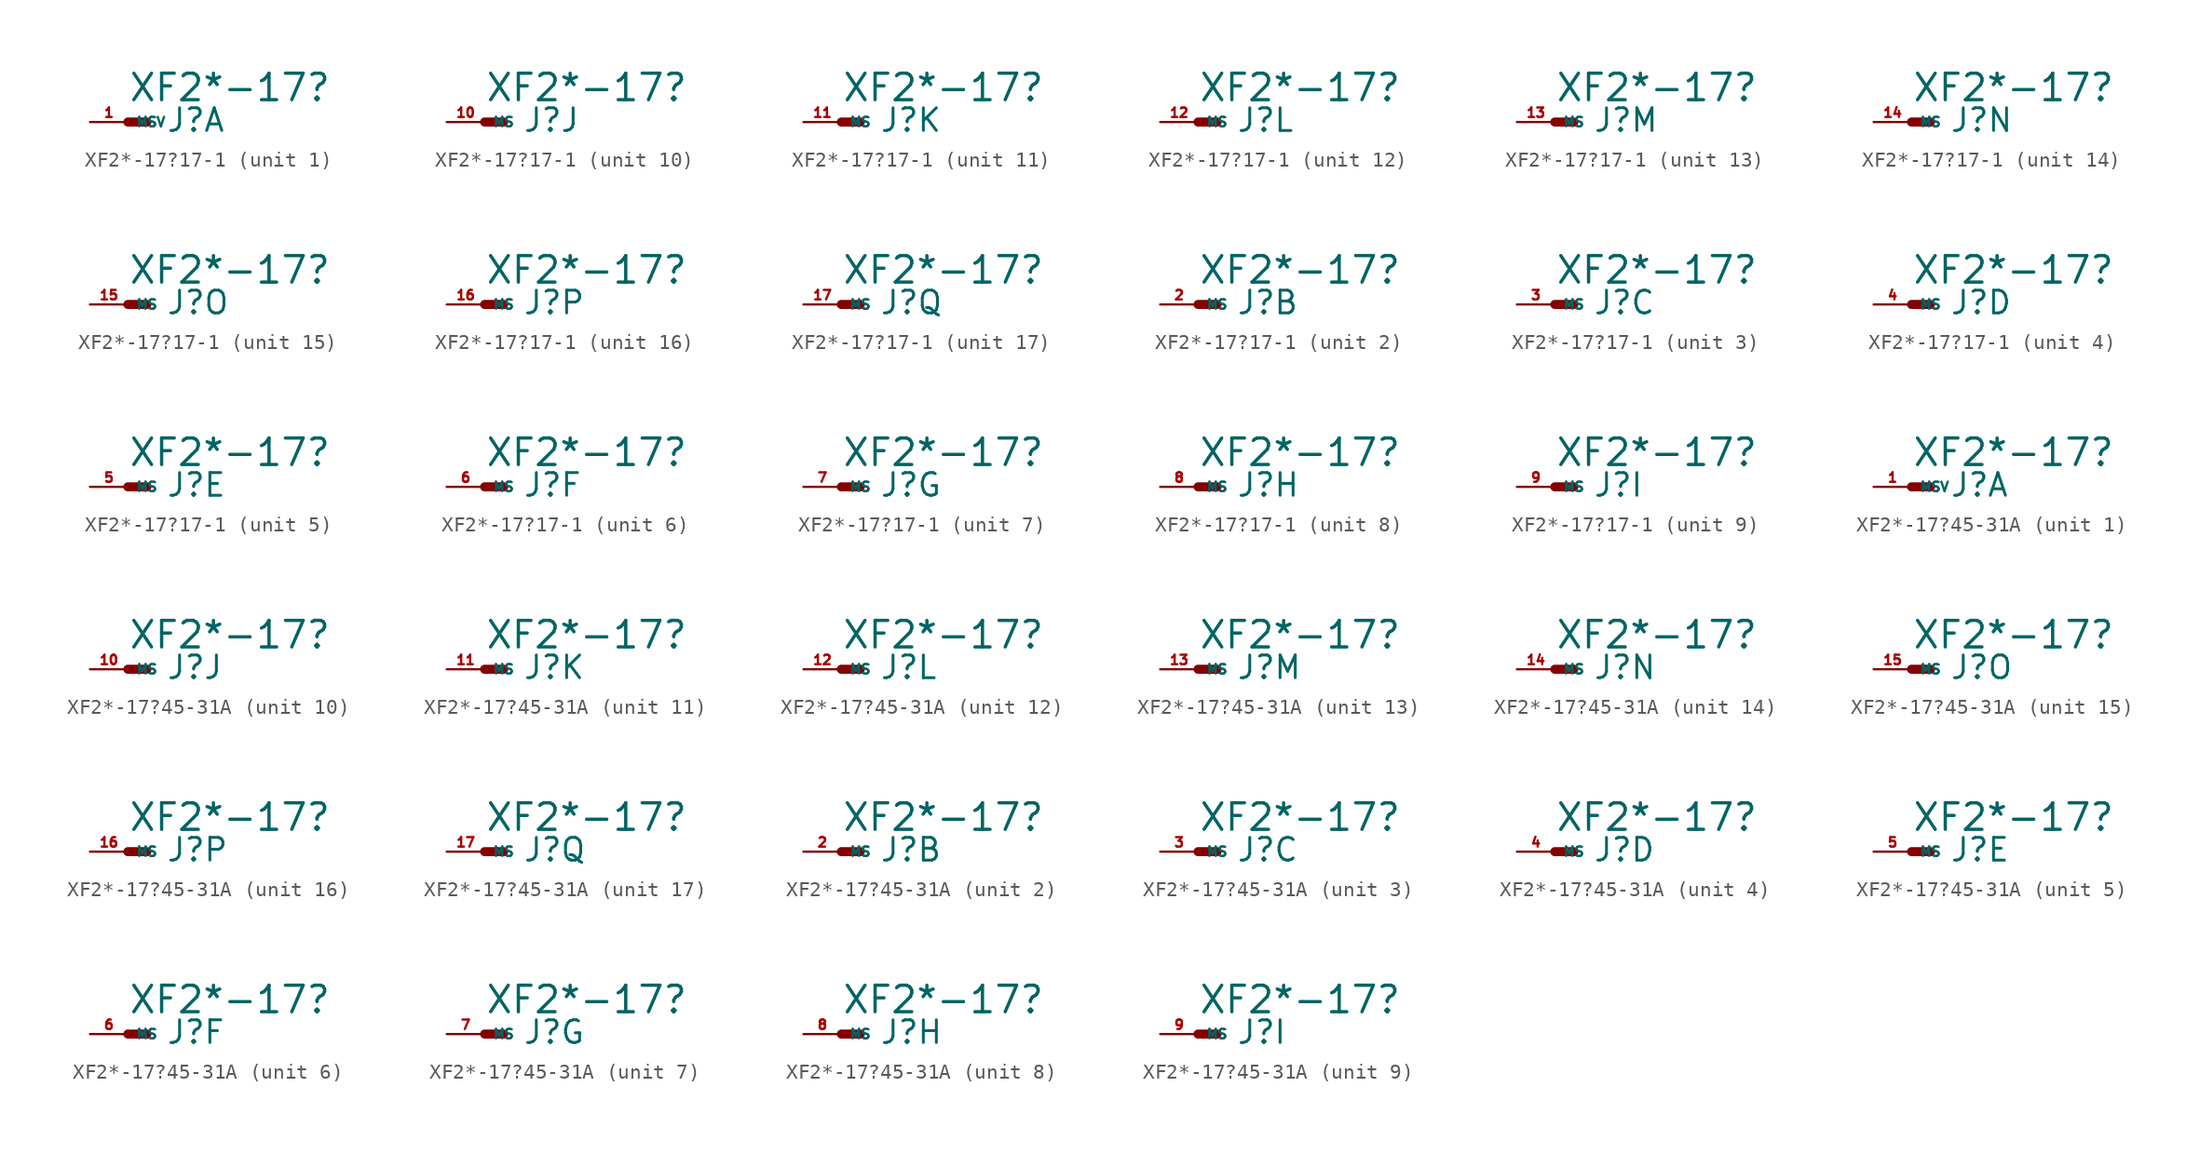
<source format=kicad_sym>
(kicad_symbol_lib
  (version 20220914)
  (generator Eagle2Kicad)
  (symbol "XF2*-17?17-1"
    (property "Reference" "J"
      (at 2.54 -0.762 0)
      (effects (font (size 1.524 1.524) (thickness 0.19)) (justify left bottom)))
    (property "Value" "XF2*-17?"
      (at 0 1.27 0)
      (effects (font (size 1.778 1.778) (thickness 0.22)) (justify left bottom)))
    (symbol "XF2*-17?17-1_1_0"
      (polyline (pts (xy 0 0) (xy 1.27 0)) (stroke (width 0.61) (type default)) (fill (type none)))
      (pin passive line (at -2.54 0 0) (length 2.54) (name "MSV" (effects (font (size 0.635 0.635) (thickness 0.08)) (justify left bottom))) (number "1" (effects (font (size 0.635 0.635) (thickness 0.08)) (justify left bottom)))))
    (symbol "XF2*-17?17-1_2_0"
      (polyline (pts (xy 0 0) (xy 1.27 0)) (stroke (width 0.61) (type default)) (fill (type none)))
      (pin passive line (at -2.54 0 0) (length 2.54) (name "MS" (effects (font (size 0.635 0.635) (thickness 0.08)) (justify left bottom))) (number "2" (effects (font (size 0.635 0.635) (thickness 0.08)) (justify left bottom)))))
    (symbol "XF2*-17?17-1_3_0"
      (polyline (pts (xy 0 0) (xy 1.27 0)) (stroke (width 0.61) (type default)) (fill (type none)))
      (pin passive line (at -2.54 0 0) (length 2.54) (name "MS" (effects (font (size 0.635 0.635) (thickness 0.08)) (justify left bottom))) (number "3" (effects (font (size 0.635 0.635) (thickness 0.08)) (justify left bottom)))))
    (symbol "XF2*-17?17-1_4_0"
      (polyline (pts (xy 0 0) (xy 1.27 0)) (stroke (width 0.61) (type default)) (fill (type none)))
      (pin passive line (at -2.54 0 0) (length 2.54) (name "MS" (effects (font (size 0.635 0.635) (thickness 0.08)) (justify left bottom))) (number "4" (effects (font (size 0.635 0.635) (thickness 0.08)) (justify left bottom)))))
    (symbol "XF2*-17?17-1_5_0"
      (polyline (pts (xy 0 0) (xy 1.27 0)) (stroke (width 0.61) (type default)) (fill (type none)))
      (pin passive line (at -2.54 0 0) (length 2.54) (name "MS" (effects (font (size 0.635 0.635) (thickness 0.08)) (justify left bottom))) (number "5" (effects (font (size 0.635 0.635) (thickness 0.08)) (justify left bottom)))))
    (symbol "XF2*-17?17-1_6_0"
      (polyline (pts (xy 0 0) (xy 1.27 0)) (stroke (width 0.61) (type default)) (fill (type none)))
      (pin passive line (at -2.54 0 0) (length 2.54) (name "MS" (effects (font (size 0.635 0.635) (thickness 0.08)) (justify left bottom))) (number "6" (effects (font (size 0.635 0.635) (thickness 0.08)) (justify left bottom)))))
    (symbol "XF2*-17?17-1_7_0"
      (polyline (pts (xy 0 0) (xy 1.27 0)) (stroke (width 0.61) (type default)) (fill (type none)))
      (pin passive line (at -2.54 0 0) (length 2.54) (name "MS" (effects (font (size 0.635 0.635) (thickness 0.08)) (justify left bottom))) (number "7" (effects (font (size 0.635 0.635) (thickness 0.08)) (justify left bottom)))))
    (symbol "XF2*-17?17-1_8_0"
      (polyline (pts (xy 0 0) (xy 1.27 0)) (stroke (width 0.61) (type default)) (fill (type none)))
      (pin passive line (at -2.54 0 0) (length 2.54) (name "MS" (effects (font (size 0.635 0.635) (thickness 0.08)) (justify left bottom))) (number "8" (effects (font (size 0.635 0.635) (thickness 0.08)) (justify left bottom)))))
    (symbol "XF2*-17?17-1_9_0"
      (polyline (pts (xy 0 0) (xy 1.27 0)) (stroke (width 0.61) (type default)) (fill (type none)))
      (pin passive line (at -2.54 0 0) (length 2.54) (name "MS" (effects (font (size 0.635 0.635) (thickness 0.08)) (justify left bottom))) (number "9" (effects (font (size 0.635 0.635) (thickness 0.08)) (justify left bottom)))))
    (symbol "XF2*-17?17-1_10_0"
      (polyline (pts (xy 0 0) (xy 1.27 0)) (stroke (width 0.61) (type default)) (fill (type none)))
      (pin passive line (at -2.54 0 0) (length 2.54) (name "MS" (effects (font (size 0.635 0.635) (thickness 0.08)) (justify left bottom))) (number "10" (effects (font (size 0.635 0.635) (thickness 0.08)) (justify left bottom)))))
    (symbol "XF2*-17?17-1_11_0"
      (polyline (pts (xy 0 0) (xy 1.27 0)) (stroke (width 0.61) (type default)) (fill (type none)))
      (pin passive line (at -2.54 0 0) (length 2.54) (name "MS" (effects (font (size 0.635 0.635) (thickness 0.08)) (justify left bottom))) (number "11" (effects (font (size 0.635 0.635) (thickness 0.08)) (justify left bottom)))))
    (symbol "XF2*-17?17-1_12_0"
      (polyline (pts (xy 0 0) (xy 1.27 0)) (stroke (width 0.61) (type default)) (fill (type none)))
      (pin passive line (at -2.54 0 0) (length 2.54) (name "MS" (effects (font (size 0.635 0.635) (thickness 0.08)) (justify left bottom))) (number "12" (effects (font (size 0.635 0.635) (thickness 0.08)) (justify left bottom)))))
    (symbol "XF2*-17?17-1_13_0"
      (polyline (pts (xy 0 0) (xy 1.27 0)) (stroke (width 0.61) (type default)) (fill (type none)))
      (pin passive line (at -2.54 0 0) (length 2.54) (name "MS" (effects (font (size 0.635 0.635) (thickness 0.08)) (justify left bottom))) (number "13" (effects (font (size 0.635 0.635) (thickness 0.08)) (justify left bottom)))))
    (symbol "XF2*-17?17-1_14_0"
      (polyline (pts (xy 0 0) (xy 1.27 0)) (stroke (width 0.61) (type default)) (fill (type none)))
      (pin passive line (at -2.54 0 0) (length 2.54) (name "MS" (effects (font (size 0.635 0.635) (thickness 0.08)) (justify left bottom))) (number "14" (effects (font (size 0.635 0.635) (thickness 0.08)) (justify left bottom)))))
    (symbol "XF2*-17?17-1_15_0"
      (polyline (pts (xy 0 0) (xy 1.27 0)) (stroke (width 0.61) (type default)) (fill (type none)))
      (pin passive line (at -2.54 0 0) (length 2.54) (name "MS" (effects (font (size 0.635 0.635) (thickness 0.08)) (justify left bottom))) (number "15" (effects (font (size 0.635 0.635) (thickness 0.08)) (justify left bottom)))))
    (symbol "XF2*-17?17-1_16_0"
      (polyline (pts (xy 0 0) (xy 1.27 0)) (stroke (width 0.61) (type default)) (fill (type none)))
      (pin passive line (at -2.54 0 0) (length 2.54) (name "MS" (effects (font (size 0.635 0.635) (thickness 0.08)) (justify left bottom))) (number "16" (effects (font (size 0.635 0.635) (thickness 0.08)) (justify left bottom)))))
    (symbol "XF2*-17?17-1_17_0"
      (polyline (pts (xy 0 0) (xy 1.27 0)) (stroke (width 0.61) (type default)) (fill (type none)))
      (pin passive line (at -2.54 0 0) (length 2.54) (name "MS" (effects (font (size 0.635 0.635) (thickness 0.08)) (justify left bottom))) (number "17" (effects (font (size 0.635 0.635) (thickness 0.08)) (justify left bottom))))))
  (symbol "XF2*-17?45-31A"
    (property "Reference" "J"
      (at 2.54 -0.762 0)
      (effects (font (size 1.524 1.524) (thickness 0.19)) (justify left bottom)))
    (property "Value" "XF2*-17?"
      (at 0 1.27 0)
      (effects (font (size 1.778 1.778) (thickness 0.22)) (justify left bottom)))
    (symbol "XF2*-17?45-31A_1_0"
      (polyline (pts (xy 0 0) (xy 1.27 0)) (stroke (width 0.61) (type default)) (fill (type none)))
      (pin passive line (at -2.54 0 0) (length 2.54) (name "MSV" (effects (font (size 0.635 0.635) (thickness 0.08)) (justify left bottom))) (number "1" (effects (font (size 0.635 0.635) (thickness 0.08)) (justify left bottom)))))
    (symbol "XF2*-17?45-31A_2_0"
      (polyline (pts (xy 0 0) (xy 1.27 0)) (stroke (width 0.61) (type default)) (fill (type none)))
      (pin passive line (at -2.54 0 0) (length 2.54) (name "MS" (effects (font (size 0.635 0.635) (thickness 0.08)) (justify left bottom))) (number "2" (effects (font (size 0.635 0.635) (thickness 0.08)) (justify left bottom)))))
    (symbol "XF2*-17?45-31A_3_0"
      (polyline (pts (xy 0 0) (xy 1.27 0)) (stroke (width 0.61) (type default)) (fill (type none)))
      (pin passive line (at -2.54 0 0) (length 2.54) (name "MS" (effects (font (size 0.635 0.635) (thickness 0.08)) (justify left bottom))) (number "3" (effects (font (size 0.635 0.635) (thickness 0.08)) (justify left bottom)))))
    (symbol "XF2*-17?45-31A_4_0"
      (polyline (pts (xy 0 0) (xy 1.27 0)) (stroke (width 0.61) (type default)) (fill (type none)))
      (pin passive line (at -2.54 0 0) (length 2.54) (name "MS" (effects (font (size 0.635 0.635) (thickness 0.08)) (justify left bottom))) (number "4" (effects (font (size 0.635 0.635) (thickness 0.08)) (justify left bottom)))))
    (symbol "XF2*-17?45-31A_5_0"
      (polyline (pts (xy 0 0) (xy 1.27 0)) (stroke (width 0.61) (type default)) (fill (type none)))
      (pin passive line (at -2.54 0 0) (length 2.54) (name "MS" (effects (font (size 0.635 0.635) (thickness 0.08)) (justify left bottom))) (number "5" (effects (font (size 0.635 0.635) (thickness 0.08)) (justify left bottom)))))
    (symbol "XF2*-17?45-31A_6_0"
      (polyline (pts (xy 0 0) (xy 1.27 0)) (stroke (width 0.61) (type default)) (fill (type none)))
      (pin passive line (at -2.54 0 0) (length 2.54) (name "MS" (effects (font (size 0.635 0.635) (thickness 0.08)) (justify left bottom))) (number "6" (effects (font (size 0.635 0.635) (thickness 0.08)) (justify left bottom)))))
    (symbol "XF2*-17?45-31A_7_0"
      (polyline (pts (xy 0 0) (xy 1.27 0)) (stroke (width 0.61) (type default)) (fill (type none)))
      (pin passive line (at -2.54 0 0) (length 2.54) (name "MS" (effects (font (size 0.635 0.635) (thickness 0.08)) (justify left bottom))) (number "7" (effects (font (size 0.635 0.635) (thickness 0.08)) (justify left bottom)))))
    (symbol "XF2*-17?45-31A_8_0"
      (polyline (pts (xy 0 0) (xy 1.27 0)) (stroke (width 0.61) (type default)) (fill (type none)))
      (pin passive line (at -2.54 0 0) (length 2.54) (name "MS" (effects (font (size 0.635 0.635) (thickness 0.08)) (justify left bottom))) (number "8" (effects (font (size 0.635 0.635) (thickness 0.08)) (justify left bottom)))))
    (symbol "XF2*-17?45-31A_9_0"
      (polyline (pts (xy 0 0) (xy 1.27 0)) (stroke (width 0.61) (type default)) (fill (type none)))
      (pin passive line (at -2.54 0 0) (length 2.54) (name "MS" (effects (font (size 0.635 0.635) (thickness 0.08)) (justify left bottom))) (number "9" (effects (font (size 0.635 0.635) (thickness 0.08)) (justify left bottom)))))
    (symbol "XF2*-17?45-31A_10_0"
      (polyline (pts (xy 0 0) (xy 1.27 0)) (stroke (width 0.61) (type default)) (fill (type none)))
      (pin passive line (at -2.54 0 0) (length 2.54) (name "MS" (effects (font (size 0.635 0.635) (thickness 0.08)) (justify left bottom))) (number "10" (effects (font (size 0.635 0.635) (thickness 0.08)) (justify left bottom)))))
    (symbol "XF2*-17?45-31A_11_0"
      (polyline (pts (xy 0 0) (xy 1.27 0)) (stroke (width 0.61) (type default)) (fill (type none)))
      (pin passive line (at -2.54 0 0) (length 2.54) (name "MS" (effects (font (size 0.635 0.635) (thickness 0.08)) (justify left bottom))) (number "11" (effects (font (size 0.635 0.635) (thickness 0.08)) (justify left bottom)))))
    (symbol "XF2*-17?45-31A_12_0"
      (polyline (pts (xy 0 0) (xy 1.27 0)) (stroke (width 0.61) (type default)) (fill (type none)))
      (pin passive line (at -2.54 0 0) (length 2.54) (name "MS" (effects (font (size 0.635 0.635) (thickness 0.08)) (justify left bottom))) (number "12" (effects (font (size 0.635 0.635) (thickness 0.08)) (justify left bottom)))))
    (symbol "XF2*-17?45-31A_13_0"
      (polyline (pts (xy 0 0) (xy 1.27 0)) (stroke (width 0.61) (type default)) (fill (type none)))
      (pin passive line (at -2.54 0 0) (length 2.54) (name "MS" (effects (font (size 0.635 0.635) (thickness 0.08)) (justify left bottom))) (number "13" (effects (font (size 0.635 0.635) (thickness 0.08)) (justify left bottom)))))
    (symbol "XF2*-17?45-31A_14_0"
      (polyline (pts (xy 0 0) (xy 1.27 0)) (stroke (width 0.61) (type default)) (fill (type none)))
      (pin passive line (at -2.54 0 0) (length 2.54) (name "MS" (effects (font (size 0.635 0.635) (thickness 0.08)) (justify left bottom))) (number "14" (effects (font (size 0.635 0.635) (thickness 0.08)) (justify left bottom)))))
    (symbol "XF2*-17?45-31A_15_0"
      (polyline (pts (xy 0 0) (xy 1.27 0)) (stroke (width 0.61) (type default)) (fill (type none)))
      (pin passive line (at -2.54 0 0) (length 2.54) (name "MS" (effects (font (size 0.635 0.635) (thickness 0.08)) (justify left bottom))) (number "15" (effects (font (size 0.635 0.635) (thickness 0.08)) (justify left bottom)))))
    (symbol "XF2*-17?45-31A_16_0"
      (polyline (pts (xy 0 0) (xy 1.27 0)) (stroke (width 0.61) (type default)) (fill (type none)))
      (pin passive line (at -2.54 0 0) (length 2.54) (name "MS" (effects (font (size 0.635 0.635) (thickness 0.08)) (justify left bottom))) (number "16" (effects (font (size 0.635 0.635) (thickness 0.08)) (justify left bottom)))))
    (symbol "XF2*-17?45-31A_17_0"
      (polyline (pts (xy 0 0) (xy 1.27 0)) (stroke (width 0.61) (type default)) (fill (type none)))
      (pin passive line (at -2.54 0 0) (length 2.54) (name "MS" (effects (font (size 0.635 0.635) (thickness 0.08)) (justify left bottom))) (number "17" (effects (font (size 0.635 0.635) (thickness 0.08)) (justify left bottom)))))))
</source>
